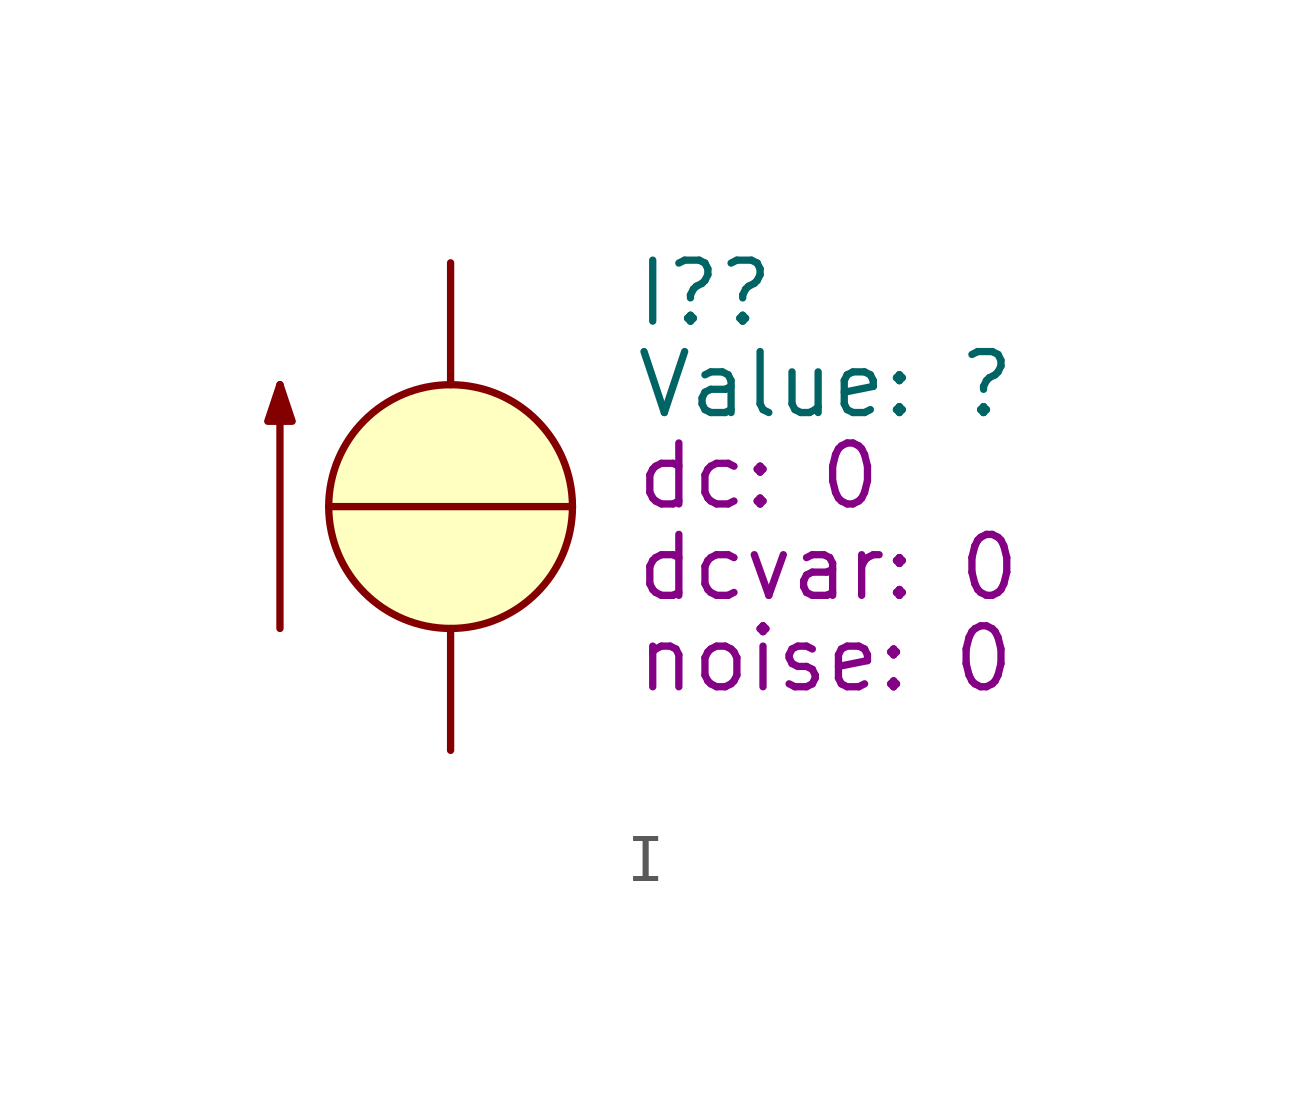
<source format=kicad_sym>
(kicad_symbol_lib
  (version 20231120)
  (generator "kicad_symbol_editor")
  (generator_version "8.0")
  (symbol "I"
    (pin_numbers hide)
    (pin_names
      (offset 0) hide)
    (property "Reference" "I?"
      (at 3.81 4.445 0)
      (effects (font (size 1.27 1.27)) (justify left)))
    (property "Value" "?"
      (at 3.81 2.54 0)
      (show_name)
      (effects (font (size 1.27 1.27)) (justify left)))
    (property "noise" "0"
      (at 3.81 -3.175 0)
      (show_name)
      (effects (font (size 1.27 1.27)) (justify left)))
    (property "dc" "0"
      (at 3.81 0.635 0)
      (show_name)
      (effects (font (size 1.27 1.27)) (justify left)))
    (property "dcvar" "0"
      (at 3.81 -1.27 0)
      (show_name)
      (effects (font (size 1.27 1.27)) (justify left)))
    (symbol "I_0_1"
      (polyline (pts (xy -3.556 2.54) (xy -3.556 -2.54)) (stroke (width 0) (type solid)) (fill (type none)))
      (polyline (pts (xy -2.54 0) (xy 2.54 0)) (stroke (width 0) (type solid)) (fill (type none)))
      (polyline (pts (xy -3.556 2.54) (xy -3.81 1.778) (xy -3.302 1.778) (xy -3.556 2.54)) (stroke (width 0) (type solid)) (fill (type outline))))
    (symbol "I_1_0"
      (circle (center 0 0) (radius 2.54) (stroke (width 0) (type solid)) (fill (type background)))
      (pin power_out line (at 0 -5.08 90) (length 2.54) (name "n" (effects (font (size 1.27 1.27)))) (number "1" (effects (font (size 1.27 1.27)))))
      (pin power_out line (at 0 5.08 270) (length 2.54) (name "p" (effects (font (size 1.27 1.27)))) (number "2" (effects (font (size 1.27 1.27))))))))
</source>
